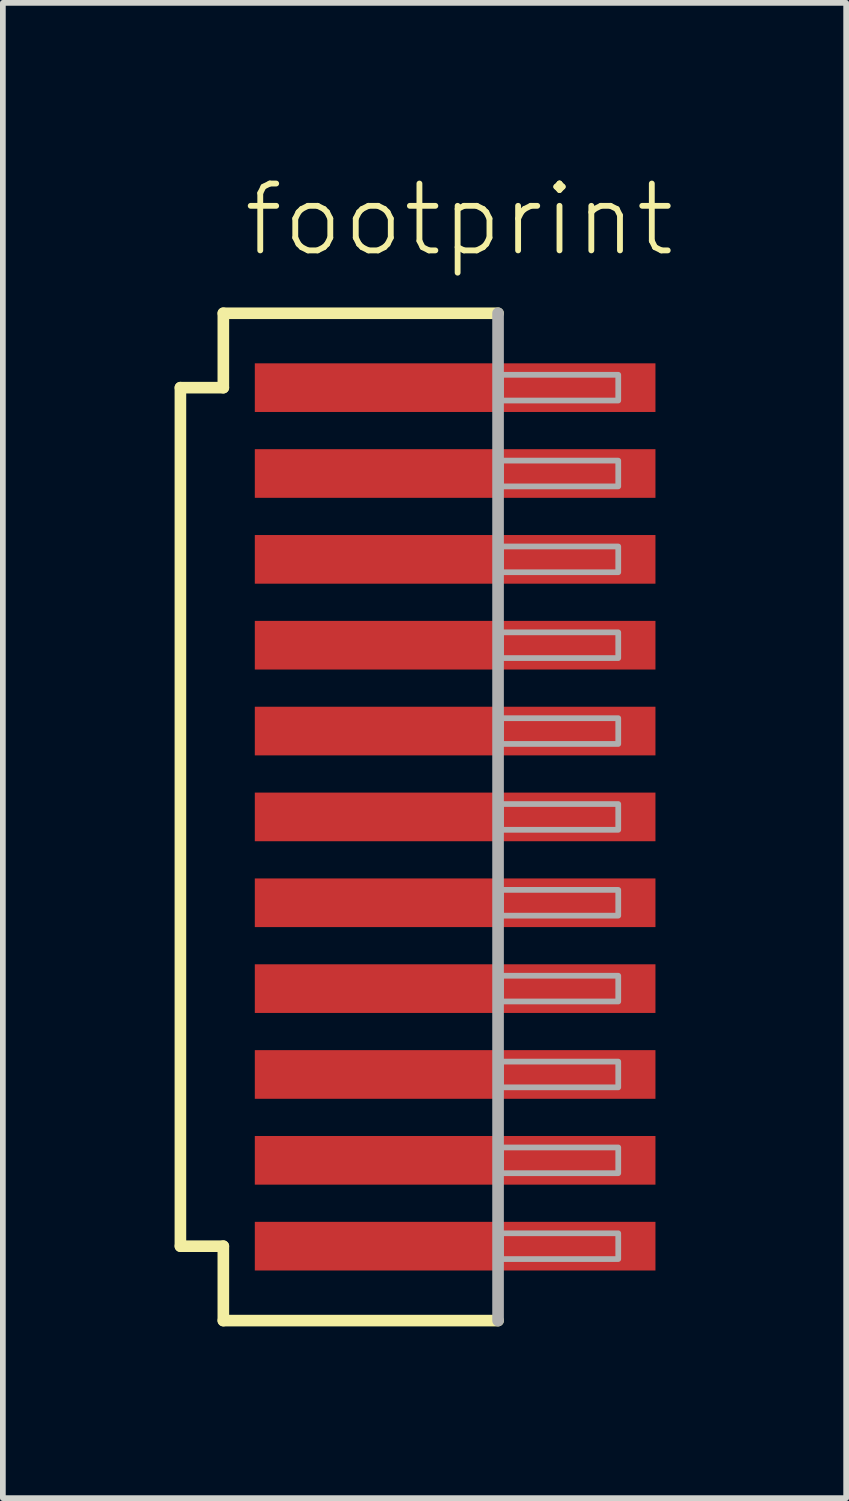
<source format=kicad_pcb>
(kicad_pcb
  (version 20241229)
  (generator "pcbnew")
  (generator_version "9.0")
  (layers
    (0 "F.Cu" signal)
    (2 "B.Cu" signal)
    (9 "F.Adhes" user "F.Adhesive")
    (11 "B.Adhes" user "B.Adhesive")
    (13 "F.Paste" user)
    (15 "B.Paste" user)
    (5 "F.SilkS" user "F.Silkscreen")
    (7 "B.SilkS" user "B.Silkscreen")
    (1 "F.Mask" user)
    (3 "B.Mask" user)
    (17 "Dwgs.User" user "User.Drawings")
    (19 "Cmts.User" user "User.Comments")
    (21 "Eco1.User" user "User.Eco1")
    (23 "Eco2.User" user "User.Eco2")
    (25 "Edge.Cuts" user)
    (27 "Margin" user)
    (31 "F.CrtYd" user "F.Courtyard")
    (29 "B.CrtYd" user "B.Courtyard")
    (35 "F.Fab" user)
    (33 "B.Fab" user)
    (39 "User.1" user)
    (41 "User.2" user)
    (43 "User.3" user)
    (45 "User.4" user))
  (footprint "footprint"
    (layer "F.Cu")
    (at 4.902 11.223)
    (property "Reference" "footprint" (at -3.75 -9.75 0) (layer "F.SilkS") (effects (font (size 1.168 1.168) (thickness 0.102)) (justify left bottom)))
    (fp_line (start -4.8 -7.5) (end -4.05 -7.5) (stroke (width 0.203) (type solid)) (layer "F.SilkS"))
    (fp_line (start -4.8 7.5) (end -4.8 -7.5) (stroke (width 0.203) (type solid)) (layer "F.SilkS"))
    (fp_line (start -4.05 -8.8) (end 0.75 -8.8) (stroke (width 0.203) (type solid)) (layer "F.SilkS"))
    (fp_line (start -4.05 -7.5) (end -4.05 -8.8) (stroke (width 0.203) (type solid)) (layer "F.SilkS"))
    (fp_line (start -4.05 7.5) (end -4.8 7.5) (stroke (width 0.203) (type solid)) (layer "F.SilkS"))
    (fp_line (start -4.05 8.8) (end -4.05 7.5) (stroke (width 0.203) (type solid)) (layer "F.SilkS"))
    (fp_line (start 0.75 8.8) (end -4.05 8.8) (stroke (width 0.203) (type solid)) (layer "F.SilkS"))
    (fp_line (start 0.75 -8.8) (end 0.75 8.8) (stroke (width 0.203) (type solid)) (layer "F.Fab"))
    (fp_poly (pts (xy 0.8 -7.275) (xy 2.85 -7.275) (xy 2.85 -7.725) (xy 0.8 -7.725)) (stroke (width 0.1) (type solid)) (fill no) (layer "F.Fab"))
    (fp_poly (pts (xy 0.8 -5.775) (xy 2.85 -5.775) (xy 2.85 -6.225) (xy 0.8 -6.225)) (stroke (width 0.1) (type solid)) (fill no) (layer "F.Fab"))
    (fp_poly (pts (xy 0.8 -4.275) (xy 2.85 -4.275) (xy 2.85 -4.725) (xy 0.8 -4.725)) (stroke (width 0.1) (type solid)) (fill no) (layer "F.Fab"))
    (fp_poly (pts (xy 0.8 -2.775) (xy 2.85 -2.775) (xy 2.85 -3.225) (xy 0.8 -3.225)) (stroke (width 0.1) (type solid)) (fill no) (layer "F.Fab"))
    (fp_poly (pts (xy 0.8 -1.275) (xy 2.85 -1.275) (xy 2.85 -1.725) (xy 0.8 -1.725)) (stroke (width 0.1) (type solid)) (fill no) (layer "F.Fab"))
    (fp_poly (pts (xy 0.8 0.225) (xy 2.85 0.225) (xy 2.85 -0.225) (xy 0.8 -0.225)) (stroke (width 0.1) (type solid)) (fill no) (layer "F.Fab"))
    (fp_poly (pts (xy 0.8 1.725) (xy 2.85 1.725) (xy 2.85 1.275) (xy 0.8 1.275)) (stroke (width 0.1) (type solid)) (fill no) (layer "F.Fab"))
    (fp_poly (pts (xy 0.8 3.225) (xy 2.85 3.225) (xy 2.85 2.775) (xy 0.8 2.775)) (stroke (width 0.1) (type solid)) (fill no) (layer "F.Fab"))
    (fp_poly (pts (xy 0.8 4.725) (xy 2.85 4.725) (xy 2.85 4.275) (xy 0.8 4.275)) (stroke (width 0.1) (type solid)) (fill no) (layer "F.Fab"))
    (fp_poly (pts (xy 0.8 6.225) (xy 2.85 6.225) (xy 2.85 5.775) (xy 0.8 5.775)) (stroke (width 0.1) (type solid)) (fill no) (layer "F.Fab"))
    (fp_poly (pts (xy 0.8 7.725) (xy 2.85 7.725) (xy 2.85 7.275) (xy 0.8 7.275)) (stroke (width 0.1) (type solid)) (fill no) (layer "F.Fab"))
    (pad "1" smd rect (at 0 -7.5) (size 7 0.85) (layers "F.Cu" "F.Mask" "F.Paste"))
    (pad "2" smd rect (at 0 -6) (size 7 0.85) (layers "F.Cu" "F.Mask" "F.Paste"))
    (pad "3" smd rect (at 0 -4.5) (size 7 0.85) (layers "F.Cu" "F.Mask" "F.Paste"))
    (pad "4" smd rect (at 0 -3) (size 7 0.85) (layers "F.Cu" "F.Mask" "F.Paste"))
    (pad "5" smd rect (at 0 -1.5) (size 7 0.85) (layers "F.Cu" "F.Mask" "F.Paste"))
    (pad "6" smd rect (at 0 0) (size 7 0.85) (layers "F.Cu" "F.Mask" "F.Paste"))
    (pad "7" smd rect (at 0 1.5) (size 7 0.85) (layers "F.Cu" "F.Mask" "F.Paste"))
    (pad "8" smd rect (at 0 3) (size 7 0.85) (layers "F.Cu" "F.Mask" "F.Paste"))
    (pad "9" smd rect (at 0 4.5) (size 7 0.85) (layers "F.Cu" "F.Mask" "F.Paste"))
    (pad "10" smd rect (at 0 6) (size 7 0.85) (layers "F.Cu" "F.Mask" "F.Paste"))
    (pad "11" smd rect (at 0 7.5) (size 7 0.85) (layers "F.Cu" "F.Mask" "F.Paste")))
  (gr_rect
    (start -3 -3)
    (end 11.734 23.125)
    (stroke (width 0.1) (type default))
    (fill no)
    (layer "Edge.Cuts")))
</source>
